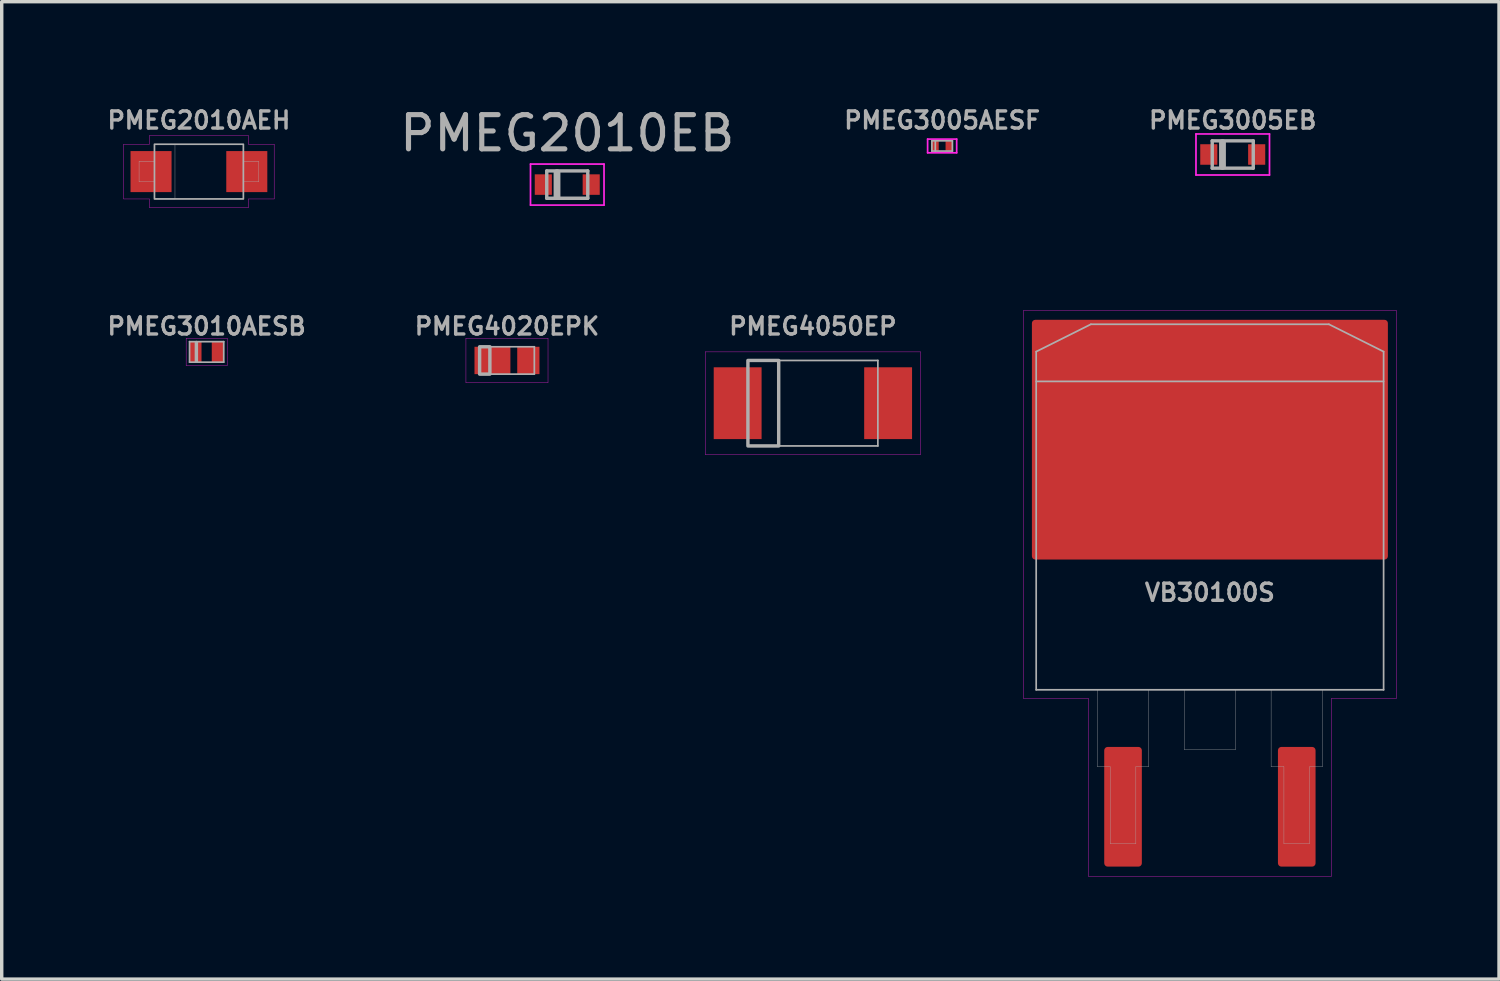
<source format=kicad_pcb>
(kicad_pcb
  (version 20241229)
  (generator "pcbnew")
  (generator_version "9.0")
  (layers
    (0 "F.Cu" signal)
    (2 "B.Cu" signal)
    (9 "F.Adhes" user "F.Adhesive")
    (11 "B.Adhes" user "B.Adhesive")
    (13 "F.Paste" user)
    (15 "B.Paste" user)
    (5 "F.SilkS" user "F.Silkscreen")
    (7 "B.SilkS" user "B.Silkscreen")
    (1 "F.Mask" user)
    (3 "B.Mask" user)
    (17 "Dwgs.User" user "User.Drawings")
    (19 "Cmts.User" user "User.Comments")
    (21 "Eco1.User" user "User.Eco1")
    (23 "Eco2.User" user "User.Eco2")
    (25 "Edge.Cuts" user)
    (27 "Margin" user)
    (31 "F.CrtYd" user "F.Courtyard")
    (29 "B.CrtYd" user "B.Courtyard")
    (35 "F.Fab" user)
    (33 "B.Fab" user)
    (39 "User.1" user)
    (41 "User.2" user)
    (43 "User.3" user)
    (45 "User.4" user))
  (footprint "PMEG4050EP"
    (layer "F.Cu")
    (at 20.722 8.741)
    (property "Reference" "PMEG4050EP" (at 0 -2.25 0) (layer "F.Fab") (effects (font (size 0.5 0.5) (thickness 0.1))))
    (attr smd)
    (fp_line (start -3.15 -1.5) (end 3.15 -1.5) (stroke (width 0.01) (type solid)) (layer "F.CrtYd"))
    (fp_line (start -3.15 1.5) (end -3.15 -1.5) (stroke (width 0.01) (type solid)) (layer "F.CrtYd"))
    (fp_line (start 3.15 -1.5) (end 3.15 1.5) (stroke (width 0.01) (type solid)) (layer "F.CrtYd"))
    (fp_line (start 3.15 1.5) (end -3.15 1.5) (stroke (width 0.01) (type solid)) (layer "F.CrtYd"))
    (fp_line (start -1.9 -1.25) (end 1.9 -1.25) (stroke (width 0.05) (type solid)) (layer "F.Fab"))
    (fp_line (start -1.9 1.25) (end -1.9 -1.25) (stroke (width 0.05) (type solid)) (layer "F.Fab"))
    (fp_line (start 1.9 -1.25) (end 1.9 1.25) (stroke (width 0.05) (type solid)) (layer "F.Fab"))
    (fp_line (start 1.9 1.25) (end -1.9 1.25) (stroke (width 0.05) (type solid)) (layer "F.Fab"))
    (fp_poly (pts (xy -1 1.25) (xy -1.9 1.25) (xy -1.9 -1.25) (xy -1 -1.25)) (stroke (width 0.1) (type solid)) (fill no) (layer "F.Fab"))
    (pad "1" smd rect (at -2.2 0) (size 1.4 2.1) (layers "F.Cu" "F.Mask" "F.Paste"))
    (pad "2" smd rect (at 2.2 0) (size 1.4 2.1) (layers "F.Cu" "F.Mask" "F.Paste")))
  (footprint "PMEG2010EB"
    (layer "F.Cu")
    (at 13.539 2.348)
    (property "Reference" "PMEG2010EB" (at 0 -1.5 0) (layer "F.Fab") (effects (font (size 1 1) (thickness 0.15))))
    (attr smd)
    (fp_line (start -1.075 -0.6) (end 1.075 -0.6) (stroke (width 0.05) (type solid)) (layer "F.CrtYd"))
    (fp_line (start -1.075 0.6) (end -1.075 -0.6) (stroke (width 0.05) (type solid)) (layer "F.CrtYd"))
    (fp_line (start 1.075 -0.6) (end 1.075 0.6) (stroke (width 0.05) (type solid)) (layer "F.CrtYd"))
    (fp_line (start 1.075 0.6) (end -1.075 0.6) (stroke (width 0.05) (type solid)) (layer "F.CrtYd"))
    (fp_line (start -0.6 -0.4) (end 0.6 -0.4) (stroke (width 0.1) (type solid)) (layer "F.Fab"))
    (fp_line (start -0.6 0.4) (end -0.6 -0.4) (stroke (width 0.1) (type solid)) (layer "F.Fab"))
    (fp_line (start -0.3 0.35) (end -0.3 -0.35) (stroke (width 0.2) (type solid)) (layer "F.Fab"))
    (fp_line (start 0.6 -0.4) (end 0.6 0.4) (stroke (width 0.1) (type solid)) (layer "F.Fab"))
    (fp_line (start 0.6 0.4) (end -0.6 0.4) (stroke (width 0.1) (type solid)) (layer "F.Fab"))
    (pad "1" smd rect (at -0.7 0 180) (size 0.5 0.6) (layers "F.Cu" "F.Mask" "F.Paste"))
    (pad "2" smd rect (at 0.7 0 180) (size 0.5 0.6) (layers "F.Cu" "F.Mask" "F.Paste")))
  (footprint "PMEG4020EPK"
    (layer "F.Cu")
    (at 11.776 7.491)
    (property "Reference" "PMEG4020EPK" (at 0 -1 0) (layer "F.Fab") (effects (font (size 0.5 0.5) (thickness 0.1))))
    (attr smd)
    (fp_line (start -1.2 -0.65) (end 1.2 -0.65) (stroke (width 0.01) (type solid)) (layer "F.CrtYd"))
    (fp_line (start -1.2 0.65) (end -1.2 -0.65) (stroke (width 0.01) (type solid)) (layer "F.CrtYd"))
    (fp_line (start 1.2 -0.65) (end 1.2 0.65) (stroke (width 0.01) (type solid)) (layer "F.CrtYd"))
    (fp_line (start 1.2 0.65) (end -1.2 0.65) (stroke (width 0.01) (type solid)) (layer "F.CrtYd"))
    (fp_line (start -0.8 -0.4) (end 0.8 -0.4) (stroke (width 0.05) (type solid)) (layer "F.Fab"))
    (fp_line (start -0.8 0.4) (end -0.8 -0.4) (stroke (width 0.05) (type solid)) (layer "F.Fab"))
    (fp_line (start 0.8 -0.4) (end 0.8 0.4) (stroke (width 0.05) (type solid)) (layer "F.Fab"))
    (fp_line (start 0.8 0.4) (end -0.8 0.4) (stroke (width 0.05) (type solid)) (layer "F.Fab"))
    (fp_poly (pts (xy -0.5 0.4) (xy -0.8 0.4) (xy -0.8 -0.4) (xy -0.5 -0.4)) (stroke (width 0.1) (type solid)) (fill no) (layer "F.Fab"))
    (pad "1" smd rect (at -0.425 0) (size 1.05 0.8) (layers "F.Cu" "F.Mask" "F.Paste"))
    (pad "2" smd rect (at 0.625 0) (size 0.65 0.8) (layers "F.Cu" "F.Mask" "F.Paste")))
  (footprint "PMEG3005AESF"
    (layer "F.Cu")
    (at 24.502 1.218)
    (property "Reference" "PMEG3005AESF" (at 0 -0.75 0) (layer "F.Fab") (effects (font (size 0.5 0.5) (thickness 0.1))))
    (attr smd)
    (fp_line (start -0.425 -0.2) (end 0.425 -0.2) (stroke (width 0.05) (type solid)) (layer "F.CrtYd"))
    (fp_line (start -0.425 0.2) (end -0.425 -0.2) (stroke (width 0.05) (type solid)) (layer "F.CrtYd"))
    (fp_line (start 0.425 -0.2) (end 0.425 0.2) (stroke (width 0.05) (type solid)) (layer "F.CrtYd"))
    (fp_line (start 0.425 0.2) (end -0.425 0.2) (stroke (width 0.05) (type solid)) (layer "F.CrtYd"))
    (fp_line (start -0.3 -0.15) (end 0.3 -0.15) (stroke (width 0.05) (type solid)) (layer "F.Fab"))
    (fp_line (start -0.3 0.15) (end -0.3 -0.15) (stroke (width 0.05) (type solid)) (layer "F.Fab"))
    (fp_line (start -0.2 0.15) (end -0.2 -0.15) (stroke (width 0.05) (type solid)) (layer "F.Fab"))
    (fp_line (start 0.3 -0.15) (end 0.3 0.15) (stroke (width 0.05) (type solid)) (layer "F.Fab"))
    (fp_line (start 0.3 0.15) (end -0.3 0.15) (stroke (width 0.05) (type solid)) (layer "F.Fab"))
    (pad "" smd circle (at -0.2 0 180) (size 0.256 0.256) (layers "F.Paste"))
    (pad "" smd circle (at 0.2 0 180) (size 0.256 0.256) (layers "F.Paste"))
    (pad "1" smd rect (at -0.2 0 180) (size 0.2 0.28) (layers "F.Cu" "F.Mask"))
    (pad "2" smd rect (at 0.2 0 180) (size 0.2 0.28) (layers "F.Cu" "F.Mask")))
  (footprint "PMEG3010AESB"
    (layer "F.Cu")
    (at 2.993 7.241)
    (property "Reference" "PMEG3010AESB" (at 0 -0.75 0) (layer "F.Fab") (effects (font (size 0.5 0.5) (thickness 0.1))))
    (attr smd)
    (fp_line (start -0.6 -0.4) (end 0.6 -0.4) (stroke (width 0.01) (type solid)) (layer "F.CrtYd"))
    (fp_line (start -0.6 0.4) (end -0.6 -0.4) (stroke (width 0.01) (type solid)) (layer "F.CrtYd"))
    (fp_line (start 0.6 -0.4) (end 0.6 0.4) (stroke (width 0.01) (type solid)) (layer "F.CrtYd"))
    (fp_line (start 0.6 0.4) (end -0.6 0.4) (stroke (width 0.01) (type solid)) (layer "F.CrtYd"))
    (fp_line (start -0.5 -0.3) (end 0.5 -0.3) (stroke (width 0.05) (type solid)) (layer "F.Fab"))
    (fp_line (start -0.5 0.3) (end -0.5 -0.3) (stroke (width 0.05) (type solid)) (layer "F.Fab"))
    (fp_line (start -0.3 -0.275) (end -0.3 0.275) (stroke (width 0.1) (type solid)) (layer "F.Fab"))
    (fp_line (start 0.5 -0.3) (end 0.5 0.3) (stroke (width 0.05) (type solid)) (layer "F.Fab"))
    (fp_line (start 0.5 0.3) (end -0.5 0.3) (stroke (width 0.05) (type solid)) (layer "F.Fab"))
    (pad "1" smd rect (at -0.325 0) (size 0.35 0.6) (layers "F.Cu" "F.Mask" "F.Paste"))
    (pad "2" smd rect (at 0.325 0) (size 0.35 0.6) (layers "F.Cu" "F.Mask" "F.Paste")))
  (footprint "PMEG3005EB"
    (layer "F.Cu")
    (at 33 1.468)
    (property "Reference" "PMEG3005EB" (at 0 -1 0) (layer "F.Fab") (effects (font (size 0.5 0.5) (thickness 0.1))))
    (attr smd)
    (fp_line (start -1.075 -0.6) (end 1.075 -0.6) (stroke (width 0.05) (type solid)) (layer "F.CrtYd"))
    (fp_line (start -1.075 0.6) (end -1.075 -0.6) (stroke (width 0.05) (type solid)) (layer "F.CrtYd"))
    (fp_line (start 1.075 -0.6) (end 1.075 0.6) (stroke (width 0.05) (type solid)) (layer "F.CrtYd"))
    (fp_line (start 1.075 0.6) (end -1.075 0.6) (stroke (width 0.05) (type solid)) (layer "F.CrtYd"))
    (fp_line (start -0.6 -0.4) (end 0.6 -0.4) (stroke (width 0.1) (type solid)) (layer "F.Fab"))
    (fp_line (start -0.6 0.4) (end -0.6 -0.4) (stroke (width 0.1) (type solid)) (layer "F.Fab"))
    (fp_line (start -0.3 0.35) (end -0.3 -0.35) (stroke (width 0.2) (type solid)) (layer "F.Fab"))
    (fp_line (start 0.6 -0.4) (end 0.6 0.4) (stroke (width 0.1) (type solid)) (layer "F.Fab"))
    (fp_line (start 0.6 0.4) (end -0.6 0.4) (stroke (width 0.1) (type solid)) (layer "F.Fab"))
    (pad "1" smd rect (at -0.7 0 180) (size 0.5 0.6) (layers "F.Cu" "F.Mask" "F.Paste"))
    (pad "2" smd rect (at 0.7 0 180) (size 0.5 0.6) (layers "F.Cu" "F.Mask" "F.Paste")))
  (footprint "PMEG2010AEH"
    (layer "F.Cu")
    (at 2.767 1.968)
    (property "Reference" "PMEG2010AEH" (at 0 -1.5 0) (layer "F.Fab") (effects (font (size 0.5 0.5) (thickness 0.1))))
    (attr smd)
    (fp_line (start -2.2 -0.8) (end -2.2 0.8) (stroke (width 0.01) (type solid)) (layer "F.CrtYd"))
    (fp_line (start -2.2 0.8) (end -1.45 0.8) (stroke (width 0.01) (type solid)) (layer "F.CrtYd"))
    (fp_line (start -1.45 -1.05) (end -1.45 -0.8) (stroke (width 0.01) (type solid)) (layer "F.CrtYd"))
    (fp_line (start -1.45 -1.05) (end 1.45 -1.05) (stroke (width 0.01) (type solid)) (layer "F.CrtYd"))
    (fp_line (start -1.45 -0.8) (end -2.2 -0.8) (stroke (width 0.01) (type solid)) (layer "F.CrtYd"))
    (fp_line (start -1.45 0.8) (end -1.45 1.05) (stroke (width 0.01) (type solid)) (layer "F.CrtYd"))
    (fp_line (start -1.45 1.05) (end 1.45 1.05) (stroke (width 0.01) (type solid)) (layer "F.CrtYd"))
    (fp_line (start 1.45 -1.05) (end 1.45 -0.8) (stroke (width 0.01) (type solid)) (layer "F.CrtYd"))
    (fp_line (start 1.45 -0.8) (end 2.2 -0.8) (stroke (width 0.01) (type solid)) (layer "F.CrtYd"))
    (fp_line (start 1.45 0.8) (end 2.2 0.8) (stroke (width 0.01) (type solid)) (layer "F.CrtYd"))
    (fp_line (start 1.45 1.05) (end 1.45 0.8) (stroke (width 0.01) (type solid)) (layer "F.CrtYd"))
    (fp_line (start 2.2 0.8) (end 2.2 -0.8) (stroke (width 0.01) (type solid)) (layer "F.CrtYd"))
    (fp_line (start -1.75 -0.3) (end -1.75 0.3) (stroke (width 0.01) (type solid)) (layer "F.Fab"))
    (fp_line (start -1.75 0.3) (end -1.3 0.3) (stroke (width 0.01) (type solid)) (layer "F.Fab"))
    (fp_line (start -1.3 -0.3) (end -1.75 -0.3) (stroke (width 0.01) (type solid)) (layer "F.Fab"))
    (fp_line (start 1.3 -0.3) (end 1.75 -0.3) (stroke (width 0.01) (type solid)) (layer "F.Fab"))
    (fp_line (start 1.75 -0.3) (end 1.75 0.3) (stroke (width 0.01) (type solid)) (layer "F.Fab"))
    (fp_line (start 1.75 0.3) (end 1.3 0.3) (stroke (width 0.01) (type solid)) (layer "F.Fab"))
    (fp_rect (start -1.3 -0.8) (end -0.7 0.8) (stroke (width 0.01) (type solid)) (fill no) (layer "F.Fab"))
    (fp_rect (start -1.3 -0.8) (end 1.3 0.8) (stroke (width 0.05) (type solid)) (fill no) (layer "F.Fab"))
    (pad "1" smd rect (at -1.4 0 180) (size 1.2 1.2) (layers "F.Cu" "F.Mask" "F.Paste"))
    (pad "2" smd rect (at 1.4 0 180) (size 1.2 1.2) (layers "F.Cu" "F.Mask" "F.Paste")))
  (footprint "VB30100S"
    (layer "F.Cu")
    (at 32.332 11.778)
    (property "Reference" "VB30100S" (at 0 2.5 0) (layer "F.Fab") (effects (font (size 0.5 0.5) (thickness 0.1))))
    (attr smd)
    (fp_line (start -5.45 -5.75) (end 5.45 -5.75) (stroke (width 0.01) (type solid)) (layer "F.CrtYd"))
    (fp_line (start -5.45 5.6) (end -5.45 -5.75) (stroke (width 0.01) (type solid)) (layer "F.CrtYd"))
    (fp_line (start -3.55 5.6) (end -5.45 5.6) (stroke (width 0.01) (type solid)) (layer "F.CrtYd"))
    (fp_line (start -3.55 5.6) (end -3.55 10.8) (stroke (width 0.01) (type solid)) (layer "F.CrtYd"))
    (fp_line (start -3.55 10.8) (end 3.55 10.8) (stroke (width 0.01) (type solid)) (layer "F.CrtYd"))
    (fp_line (start 3.55 10.8) (end 3.55 5.6) (stroke (width 0.01) (type solid)) (layer "F.CrtYd"))
    (fp_line (start 5.45 -5.75) (end 5.45 5.6) (stroke (width 0.01) (type solid)) (layer "F.CrtYd"))
    (fp_line (start 5.45 5.6) (end 3.55 5.6) (stroke (width 0.01) (type solid)) (layer "F.CrtYd"))
    (fp_line (start -5.08 -4.545) (end -3.48 -5.345) (stroke (width 0.05) (type solid)) (layer "F.Fab"))
    (fp_line (start -5.08 -3.675) (end 5.08 -3.675) (stroke (width 0.05) (type solid)) (layer "F.Fab"))
    (fp_line (start -5.08 5.345) (end -5.08 -4.545) (stroke (width 0.05) (type solid)) (layer "F.Fab"))
    (fp_line (start -3.48 -5.345) (end 3.48 -5.345) (stroke (width 0.05) (type solid)) (layer "F.Fab"))
    (fp_line (start -3.29 5.345) (end -3.29 7.595) (stroke (width 0.01) (type solid)) (layer "F.Fab"))
    (fp_line (start -3.29 7.595) (end -2.915 7.595) (stroke (width 0.01) (type solid)) (layer "F.Fab"))
    (fp_line (start -2.915 7.595) (end -2.915 9.845) (stroke (width 0.01) (type solid)) (layer "F.Fab"))
    (fp_line (start -2.915 9.845) (end -2.165 9.845) (stroke (width 0.01) (type solid)) (layer "F.Fab"))
    (fp_line (start -2.165 7.595) (end -1.79 7.595) (stroke (width 0.01) (type solid)) (layer "F.Fab"))
    (fp_line (start -2.165 9.845) (end -2.165 7.595) (stroke (width 0.01) (type solid)) (layer "F.Fab"))
    (fp_line (start -1.79 7.595) (end -1.79 5.345) (stroke (width 0.01) (type solid)) (layer "F.Fab"))
    (fp_line (start -0.75 5.345) (end -0.75 7.095) (stroke (width 0.01) (type solid)) (layer "F.Fab"))
    (fp_line (start -0.75 7.095) (end 0.75 7.095) (stroke (width 0.01) (type solid)) (layer "F.Fab"))
    (fp_line (start 0.75 7.095) (end 0.75 5.345) (stroke (width 0.01) (type solid)) (layer "F.Fab"))
    (fp_line (start 1.79 5.345) (end 1.79 7.595) (stroke (width 0.01) (type solid)) (layer "F.Fab"))
    (fp_line (start 1.79 7.595) (end 2.165 7.595) (stroke (width 0.01) (type solid)) (layer "F.Fab"))
    (fp_line (start 2.165 7.595) (end 2.165 9.845) (stroke (width 0.01) (type solid)) (layer "F.Fab"))
    (fp_line (start 2.165 9.845) (end 2.915 9.845) (stroke (width 0.01) (type solid)) (layer "F.Fab"))
    (fp_line (start 2.915 7.595) (end 3.29 7.595) (stroke (width 0.01) (type solid)) (layer "F.Fab"))
    (fp_line (start 2.915 9.845) (end 2.915 7.595) (stroke (width 0.01) (type solid)) (layer "F.Fab"))
    (fp_line (start 3.29 7.595) (end 3.29 5.345) (stroke (width 0.01) (type solid)) (layer "F.Fab"))
    (fp_line (start 5.08 -4.545) (end 3.48 -5.345) (stroke (width 0.05) (type solid)) (layer "F.Fab"))
    (fp_line (start 5.08 -4.545) (end 5.08 5.345) (stroke (width 0.05) (type solid)) (layer "F.Fab"))
    (fp_line (start 5.08 5.345) (end -5.08 5.345) (stroke (width 0.05) (type solid)) (layer "F.Fab"))
    (pad "" smd roundrect (at -2.475 -3.598) (size 4.45 2.755) (layers "F.Paste") (roundrect_rratio 0.091))
    (pad "" smd roundrect (at -2.475 -0.343) (size 4.45 2.755) (layers "F.Paste") (roundrect_rratio 0.091))
    (pad "" smd roundrect (at 2.475 -3.598) (size 4.45 2.755) (layers "F.Paste") (roundrect_rratio 0.091))
    (pad "" smd roundrect (at 2.475 -0.343) (size 4.45 2.755) (layers "F.Paste") (roundrect_rratio 0.091))
    (pad "1" smd roundrect (at -2.54 8.765) (size 1.1 3.5) (layers "F.Cu" "F.Mask" "F.Paste") (roundrect_rratio 0.091))
    (pad "2" smd roundrect (at 0 -1.97) (size 10.41 7.01) (layers "F.Cu" "F.Mask") (roundrect_rratio 0.014))
    (pad "3" smd roundrect (at 2.54 8.765) (size 1.1 3.5) (layers "F.Cu" "F.Mask" "F.Paste") (roundrect_rratio 0.091)))
  (gr_rect
    (start -3 -3)
    (end 40.787 25.583)
    (stroke (width 0.1) (type default))
    (fill no)
    (layer "Edge.Cuts")))
</source>
